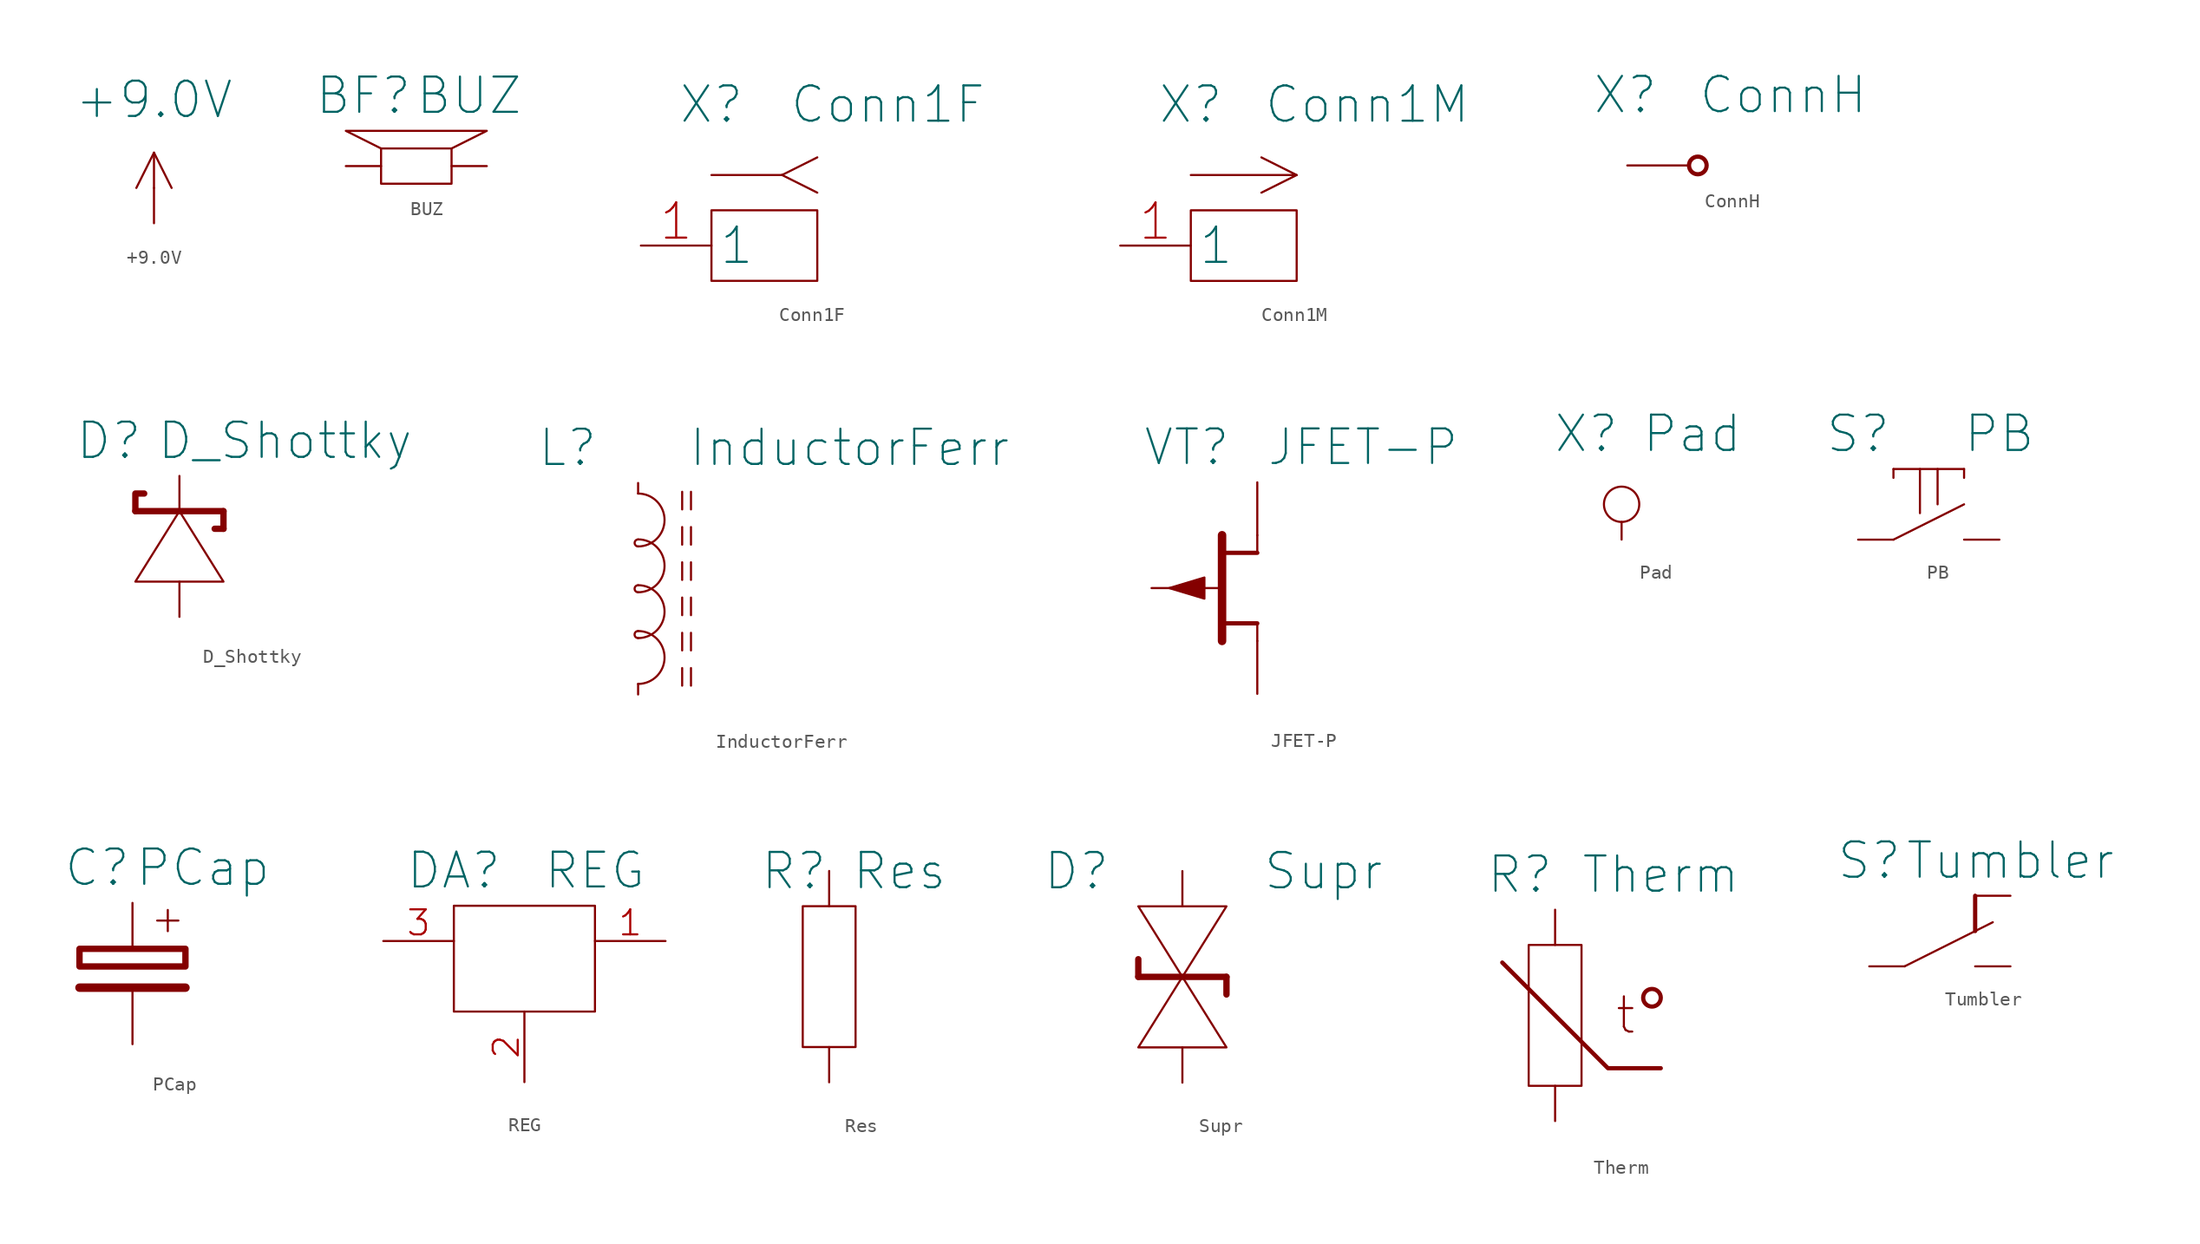
<source format=kicad_sym>
(kicad_symbol_lib
  (version 20211014)
  (generator kicad_symbol_editor)
  (symbol "+9.0V"
    (power)
    (pin_numbers hide)
    (pin_names
      (offset 0) hide)
    (property "Reference" "#PWR"
      (at 6.35 2.54 0)
      (effects (font (size 1.27 1.27)) hide))
    (property "Value" "+9.0V"
      (at 0 8.89 0)
      (effects (font (size 2.54 2.54))))
    (symbol "+9.0V_0_1"
      (polyline (pts (xy 0 2.54) (xy 0 5.08)) (stroke (width 0) (type default) (color 0 0 0 0)) (fill (type none)))
      (polyline (pts (xy -1.27 2.54) (xy 0 5.08) (xy 1.27 2.54)) (stroke (width 0) (type default) (color 0 0 0 0)) (fill (type none))))
    (symbol "+9.0V_1_1"
      (pin power_in line (at 0 0 90) (length 2.54) (name "+9.0V" (effects (font (size 1.905 1.905)))) (number "1" (effects (font (size 1.905 1.905)))))))
  (symbol "BUZ"
    (pin_numbers hide)
    (pin_names
      (offset 0.635) hide)
    (property "Reference" "BF"
      (at -3.81 5.08 0)
      (effects (font (size 2.54 2.54))))
    (property "Value" "BUZ"
      (at 3.81 5.08 0)
      (effects (font (size 2.54 2.54))))
    (symbol "BUZ_0_1"
      (rectangle (start -2.54 1.27) (end 2.54 -1.27) (stroke (width 0) (type default) (color 0 0 0 0)) (fill (type none)))
      (polyline (pts (xy -2.54 1.27) (xy -5.08 2.54) (xy 5.08 2.54) (xy 2.54 1.27)) (stroke (width 0) (type default) (color 0 0 0 0)) (fill (type none))))
    (symbol "BUZ_1_1"
      (pin passive line (at -5.08 0 0) (length 2.54) (name "~" (effects (font (size 1.905 1.905)))) (number "1" (effects (font (size 1.905 1.905)))))
      (pin passive line (at 5.08 0 180) (length 2.54) (name "~" (effects (font (size 1.905 1.905)))) (number "2" (effects (font (size 1.905 1.905)))))))
  (symbol "Conn1F"
    (property "Reference" "X"
      (at -2.54 17.78 0)
      (effects (font (size 2.54 2.54))))
    (property "Value" "Conn1F"
      (at 10.16 17.78 0)
      (effects (font (size 2.54 2.54))))
    (symbol "Conn1F_0_1"
      (rectangle (start -2.54 10.16) (end 5.08 5.08) (stroke (width 0) (type default) (color 0 0 0 0)) (fill (type none)))
      (polyline (pts (xy -2.54 12.7) (xy 2.54 12.7)) (stroke (width 0) (type default) (color 0 0 0 0)) (fill (type none)))
      (polyline (pts (xy 2.54 12.7) (xy 5.08 11.43)) (stroke (width 0) (type default) (color 0 0 0 0)) (fill (type none)))
      (polyline (pts (xy 5.08 13.97) (xy 2.54 12.7)) (stroke (width 0) (type default) (color 0 0 0 0)) (fill (type none))))
    (symbol "Conn1F_1_1"
      (pin passive line (at -7.62 7.62 0) (length 5.08) (name "1" (effects (font (size 2.54 2.54)))) (number "1" (effects (font (size 2.54 2.54)))))))
  (symbol "Conn1M"
    (property "Reference" "X"
      (at -2.54 17.78 0)
      (effects (font (size 2.54 2.54))))
    (property "Value" "Conn1M"
      (at 10.16 17.78 0)
      (effects (font (size 2.54 2.54))))
    (symbol "Conn1M_0_1"
      (rectangle (start -2.54 10.16) (end 5.08 5.08) (stroke (width 0) (type default) (color 0 0 0 0)) (fill (type none)))
      (polyline (pts (xy 5.08 12.7) (xy 2.54 11.43)) (stroke (width 0) (type default) (color 0 0 0 0)) (fill (type none)))
      (polyline (pts (xy -2.54 12.7) (xy 5.08 12.7) (xy 2.54 13.97)) (stroke (width 0) (type default) (color 0 0 0 0)) (fill (type none))))
    (symbol "Conn1M_1_1"
      (pin passive line (at -7.62 7.62 0) (length 5.08) (name "1" (effects (font (size 2.54 2.54)))) (number "1" (effects (font (size 2.54 2.54)))))))
  (symbol "ConnH"
    (pin_numbers hide)
    (pin_names hide)
    (property "Reference" "X"
      (at -7.62 5.08 0)
      (effects (font (size 2.54 2.54)) (justify left)))
    (property "Value" "ConnH"
      (at 0 5.08 0)
      (effects (font (size 2.54 2.54)) (justify left)))
    (symbol "ConnH_0_1"
      (circle (center 0 0) (radius 0.635) (stroke (width 0.305) (type default) (color 0 0 0 0)) (fill (type none))))
    (symbol "ConnH_1_1"
      (pin passive line (at -5.08 0 0) (length 4.445) (name "" (effects (font (size 2.54 2.54)))) (number "1" (effects (font (size 2.54 2.54)))))))
  (symbol "D_Shottky"
    (pin_numbers hide)
    (pin_names
      (offset 0) hide)
    (property "Reference" "D"
      (at -5.08 7.62 0)
      (effects (font (size 2.54 2.54))))
    (property "Value" "D_Shottky"
      (at 7.62 7.62 0)
      (effects (font (size 2.54 2.54))))
    (symbol "D_Shottky_0_1"
      (polyline (pts (xy -3.175 2.54) (xy 3.175 2.54)) (stroke (width 0.457) (type default) (color 0 0 0 0)) (fill (type none)))
      (polyline (pts (xy 3.175 1.27) (xy 2.54 1.27)) (stroke (width 0.457) (type default) (color 0 0 0 0)) (fill (type none)))
      (polyline (pts (xy 3.175 2.54) (xy 3.175 1.27)) (stroke (width 0.457) (type default) (color 0 0 0 0)) (fill (type none)))
      (polyline (pts (xy -3.175 2.54) (xy -3.175 3.81) (xy -2.54 3.81)) (stroke (width 0.457) (type default) (color 0 0 0 0)) (fill (type none)))
      (polyline (pts (xy -3.175 -2.54) (xy 3.175 -2.54) (xy 0 2.54) (xy -3.175 -2.54)) (stroke (width 0) (type default) (color 0 0 0 0)) (fill (type none))))
    (symbol "D_Shottky_1_1"
      (pin passive line (at 0 5.08 270) (length 2.54) (name "K" (effects (font (size 2.54 2.54)))) (number "1" (effects (font (size 2.54 2.54)))))
      (pin passive line (at 0 -5.08 90) (length 2.54) (name "A" (effects (font (size 2.54 2.54)))) (number "2" (effects (font (size 2.54 2.54)))))))
  (symbol "InductorFerr"
    (pin_numbers hide)
    (pin_names
      (offset 0) hide)
    (property "Reference" "L"
      (at -5.08 10.16 0)
      (effects (font (size 2.54 2.54))))
    (property "Value" "InductorFerr"
      (at 15.24 10.16 0)
      (effects (font (size 2.54 2.54))))
    (symbol "InductorFerr_0_1"
      (arc (start 0 -6.858) (mid 1.905 -4.953) (end 0 -3.048) (stroke (width 0) (type default) (color 0 0 0 0)) (fill (type none)))
      (arc (start 0 -3.556) (mid 1.905 -1.651) (end 0 0.254) (stroke (width 0) (type default) (color 0 0 0 0)) (fill (type none)))
      (arc (start 0 -3.048) (mid -0.254 -3.302) (end 0 -3.556) (stroke (width 0) (type default) (color 0 0 0 0)) (fill (type none)))
      (arc (start 0 -0.254) (mid 1.905 1.651) (end 0 3.556) (stroke (width 0) (type default) (color 0 0 0 0)) (fill (type none)))
      (polyline (pts (xy 3.175 -5.715) (xy 3.175 -6.985)) (stroke (width 0) (type default) (color 0 0 0 0)) (fill (type none)))
      (polyline (pts (xy 3.175 -3.175) (xy 3.175 -4.445)) (stroke (width 0) (type default) (color 0 0 0 0)) (fill (type none)))
      (polyline (pts (xy 3.175 -0.635) (xy 3.175 -1.905)) (stroke (width 0) (type default) (color 0 0 0 0)) (fill (type none)))
      (polyline (pts (xy 3.175 1.905) (xy 3.175 0.635)) (stroke (width 0) (type default) (color 0 0 0 0)) (fill (type none)))
      (polyline (pts (xy 3.175 4.445) (xy 3.175 3.175)) (stroke (width 0) (type default) (color 0 0 0 0)) (fill (type none)))
      (polyline (pts (xy 3.175 6.985) (xy 3.175 5.715)) (stroke (width 0) (type default) (color 0 0 0 0)) (fill (type none)))
      (polyline (pts (xy 3.81 -5.715) (xy 3.81 -6.985)) (stroke (width 0) (type default) (color 0 0 0 0)) (fill (type none)))
      (polyline (pts (xy 3.81 -3.175) (xy 3.81 -4.445)) (stroke (width 0) (type default) (color 0 0 0 0)) (fill (type none)))
      (polyline (pts (xy 3.81 -0.635) (xy 3.81 -1.905)) (stroke (width 0) (type default) (color 0 0 0 0)) (fill (type none)))
      (polyline (pts (xy 3.81 1.905) (xy 3.81 0.635)) (stroke (width 0) (type default) (color 0 0 0 0)) (fill (type none)))
      (polyline (pts (xy 3.81 4.445) (xy 3.81 3.175)) (stroke (width 0) (type default) (color 0 0 0 0)) (fill (type none)))
      (polyline (pts (xy 3.81 6.985) (xy 3.81 5.715)) (stroke (width 0) (type default) (color 0 0 0 0)) (fill (type none)))
      (arc (start 0 0.254) (mid -0.254 0) (end 0 -0.254) (stroke (width 0) (type default) (color 0 0 0 0)) (fill (type none)))
      (arc (start 0 3.048) (mid 1.905 4.953) (end 0 6.858) (stroke (width 0) (type default) (color 0 0 0 0)) (fill (type none)))
      (arc (start 0 3.556) (mid -0.254 3.302) (end 0 3.048) (stroke (width 0) (type default) (color 0 0 0 0)) (fill (type none))))
    (symbol "InductorFerr_1_1"
      (pin passive line (at 0 7.62 270) (length 0.762) (name "~" (effects (font (size 2.54 2.54)))) (number "1" (effects (font (size 2.54 2.54)))))
      (pin passive line (at 0 -7.62 90) (length 0.762) (name "~" (effects (font (size 2.54 2.54)))) (number "2" (effects (font (size 2.54 2.54)))))))
  (symbol "JFET-P"
    (pin_numbers hide)
    (pin_names
      (offset 0) hide)
    (property "Reference" "VT"
      (at -5.08 10.16 0)
      (effects (font (size 2.489 2.489))))
    (property "Value" "JFET-P"
      (at 7.62 10.16 0)
      (effects (font (size 2.489 2.489))))
    (symbol "JFET-P_0_0"
      (polyline (pts (xy -2.54 3.81) (xy -2.54 -3.81)) (stroke (width 0.61) (type default) (color 0 0 0 0)) (fill (type none)))
      (polyline (pts (xy 0 -2.54) (xy -2.54 -2.54)) (stroke (width 0.305) (type default) (color 0 0 0 0)) (fill (type none)))
      (polyline (pts (xy 0 2.54) (xy -2.54 2.54)) (stroke (width 0.305) (type default) (color 0 0 0 0)) (fill (type none)))
      (polyline (pts (xy -6.35 0) (xy -3.81 0.762) (xy -3.81 -0.762) (xy -6.35 0)) (stroke (width 0) (type default) (color 0 0 0 0)) (fill (type outline))))
    (symbol "JFET-P_0_1"
      (polyline (pts (xy -3.81 0) (xy -2.54 0)) (stroke (width 0) (type default) (color 0 0 0 0)) (fill (type none)))
      (polyline (pts (xy 0 -3.81) (xy 0 -2.54)) (stroke (width 0) (type default) (color 0 0 0 0)) (fill (type none)))
      (polyline (pts (xy 0 3.81) (xy 0 2.54)) (stroke (width 0) (type default) (color 0 0 0 0)) (fill (type none))))
    (symbol "JFET-P_1_1"
      (pin passive line (at 0 7.62 270) (length 3.81) (name "d" (effects (font (size 1.905 1.905)))) (number "1" (effects (font (size 2.489 2.489)))))
      (pin passive line (at 0 -7.62 90) (length 3.81) (name "s" (effects (font (size 1.905 1.905)))) (number "2" (effects (font (size 2.489 2.489)))))
      (pin passive line (at -7.62 0 0) (length 3.81) (name "g" (effects (font (size 1.905 1.905)))) (number "3" (effects (font (size 2.489 2.489)))))))
  (symbol "Pad"
    (pin_numbers hide)
    (pin_names
      (offset 0) hide)
    (property "Reference" "X"
      (at -2.54 5.08 0)
      (effects (font (size 2.54 2.54))))
    (property "Value" "Pad"
      (at 5.08 5.08 0)
      (effects (font (size 2.54 2.54))))
    (symbol "Pad_0_1"
      (circle (center 0 0) (radius 1.27) (stroke (width 0) (type default) (color 0 0 0 0)) (fill (type none))))
    (symbol "Pad_1_1"
      (pin passive line (at 0 -2.54 90) (length 1.27) (name "~" (effects (font (size 2.54 2.54)))) (number "1" (effects (font (size 2.54 2.54)))))))
  (symbol "PB"
    (pin_numbers hide)
    (pin_names
      (offset 0) hide)
    (property "Reference" "S"
      (at -5.08 7.62 0)
      (effects (font (size 2.54 2.54))))
    (property "Value" "PB"
      (at 5.08 7.62 0)
      (effects (font (size 2.54 2.54))))
    (symbol "PB_0_1"
      (polyline (pts (xy -2.54 0) (xy 2.54 2.54)) (stroke (width 0) (type default) (color 0 0 0 0)) (fill (type none)))
      (polyline (pts (xy -2.54 5.08) (xy -2.54 4.445)) (stroke (width 0) (type default) (color 0 0 0 0)) (fill (type none)))
      (polyline (pts (xy -2.54 5.08) (xy 2.54 5.08)) (stroke (width 0) (type default) (color 0 0 0 0)) (fill (type none)))
      (polyline (pts (xy -0.635 1.905) (xy -0.635 5.08)) (stroke (width 0) (type default) (color 0 0 0 0)) (fill (type none)))
      (polyline (pts (xy 0.635 5.08) (xy 0.635 2.54)) (stroke (width 0) (type default) (color 0 0 0 0)) (fill (type none)))
      (polyline (pts (xy 2.54 5.08) (xy 2.54 4.445)) (stroke (width 0) (type default) (color 0 0 0 0)) (fill (type none))))
    (symbol "PB_1_1"
      (pin passive line (at -5.08 0 0) (length 2.54) (name "~" (effects (font (size 2.54 2.54)))) (number "1" (effects (font (size 2.54 2.54)))))
      (pin passive line (at 5.08 0 180) (length 2.54) (name "~" (effects (font (size 2.54 2.54)))) (number "2" (effects (font (size 2.54 2.54)))))))
  (symbol "PCap"
    (pin_numbers hide)
    (pin_names
      (offset 0) hide)
    (property "Reference" "C"
      (at -2.54 7.62 0)
      (effects (font (size 2.54 2.54))))
    (property "Value" "PCap"
      (at 5.08 7.62 0)
      (effects (font (size 2.54 2.54))))
    (symbol "PCap_0_1"
      (rectangle (start -3.81 1.778) (end 3.81 0.508) (stroke (width 0.457) (type default) (color 0 0 0 0)) (fill (type none)))
      (polyline (pts (xy -3.81 -1.016) (xy 3.81 -1.016)) (stroke (width 0.61) (type default) (color 0 0 0 0)) (fill (type none)))
      (polyline (pts (xy 1.778 3.81) (xy 3.302 3.81)) (stroke (width 0) (type default) (color 0 0 0 0)) (fill (type none)))
      (polyline (pts (xy 2.54 4.572) (xy 2.54 3.048)) (stroke (width 0) (type default) (color 0 0 0 0)) (fill (type none))))
    (symbol "PCap_1_1"
      (pin passive line (at 0 5.08 270) (length 3.302) (name "~" (effects (font (size 2.54 2.54)))) (number "1" (effects (font (size 2.54 2.54)))))
      (pin passive line (at 0 -5.08 90) (length 4.064) (name "~" (effects (font (size 2.54 2.54)))) (number "2" (effects (font (size 2.54 2.54)))))))
  (symbol "REG"
    (property "Reference" "DA"
      (at -5.08 5.08 0)
      (effects (font (size 2.5 2.5))))
    (property "Value" "REG"
      (at 5.08 5.08 0)
      (effects (font (size 2.5 2.5))))
    (symbol "REG_0_1"
      (rectangle (start -5.08 2.54) (end 5.08 -5.08) (stroke (width 0) (type default) (color 0 0 0 0)) (fill (type none))))
    (symbol "REG_1_1"
      (pin passive line (at 10.16 0 180) (length 5.08) (name "" (effects (font (size 2.54 2.54)))) (number "1" (effects (font (size 1.8 1.8)))))
      (pin power_out line (at 0 -10.16 90) (length 5.08) (name "" (effects (font (size 2.54 2.54)))) (number "2" (effects (font (size 1.8 1.8)))))
      (pin power_out line (at -10.16 0 0) (length 5.08) (name "" (effects (font (size 2.54 2.54)))) (number "3" (effects (font (size 1.8 1.8)))))))
  (symbol "Res"
    (pin_numbers hide)
    (pin_names
      (offset 0) hide)
    (property "Reference" "R"
      (at -2.54 7.62 0)
      (effects (font (size 2.54 2.54))))
    (property "Value" "Res"
      (at 5.08 7.62 0)
      (effects (font (size 2.54 2.54))))
    (symbol "Res_0_1"
      (rectangle (start -1.905 5.08) (end 1.905 -5.08) (stroke (width 0) (type default) (color 0 0 0 0)) (fill (type none))))
    (symbol "Res_1_1"
      (pin passive line (at 0 7.62 270) (length 2.54) (name "~" (effects (font (size 2.54 2.54)))) (number "1" (effects (font (size 2.54 2.54)))))
      (pin passive line (at 0 -7.62 90) (length 2.54) (name "~" (effects (font (size 2.54 2.54)))) (number "2" (effects (font (size 2.54 2.54)))))))
  (symbol "Supr"
    (pin_numbers hide)
    (pin_names
      (offset 0) hide)
    (property "Reference" "D"
      (at -7.62 10.16 0)
      (effects (font (size 2.54 2.54))))
    (property "Value" "Supr"
      (at 10.16 10.16 0)
      (effects (font (size 2.54 2.54))))
    (symbol "Supr_0_1"
      (polyline (pts (xy -3.175 2.54) (xy -3.175 3.81)) (stroke (width 0.457) (type default) (color 0 0 0 0)) (fill (type none)))
      (polyline (pts (xy -3.175 2.54) (xy 3.175 2.54)) (stroke (width 0.457) (type default) (color 0 0 0 0)) (fill (type none)))
      (polyline (pts (xy 3.175 2.54) (xy 3.175 1.27)) (stroke (width 0.457) (type default) (color 0 0 0 0)) (fill (type none)))
      (polyline (pts (xy -3.175 -2.54) (xy 3.175 -2.54) (xy 0 2.54) (xy -3.175 -2.54)) (stroke (width 0) (type default) (color 0 0 0 0)) (fill (type none)))
      (polyline (pts (xy -3.175 7.62) (xy 3.175 7.62) (xy 0 2.54) (xy -3.175 7.62)) (stroke (width 0) (type default) (color 0 0 0 0)) (fill (type none))))
    (symbol "Supr_1_1"
      (pin passive line (at 0 10.16 270) (length 2.54) (name "K" (effects (font (size 2.54 2.54)))) (number "1" (effects (font (size 2.54 2.54)))))
      (pin passive line (at 0 -5.08 90) (length 2.54) (name "A" (effects (font (size 2.54 2.54)))) (number "2" (effects (font (size 2.54 2.54)))))))
  (symbol "Therm"
    (pin_numbers hide)
    (pin_names
      (offset 0) hide)
    (property "Reference" "R"
      (at -2.54 10.16 0)
      (effects (font (size 2.54 2.54))))
    (property "Value" "Therm"
      (at 7.62 10.16 0)
      (effects (font (size 2.54 2.54))))
    (symbol "Therm_0_0"
      (circle (center 6.985 1.27) (radius 0.635) (stroke (width 0.305) (type default) (color 0 0 0 0)) (fill (type none)))
      (text "t" (at 5.08 0 0) (effects (font (size 2.54 2.54)))))
    (symbol "Therm_0_1"
      (rectangle (start -1.905 5.08) (end 1.905 -5.08) (stroke (width 0) (type default) (color 0 0 0 0)) (fill (type none)))
      (polyline (pts (xy -3.81 3.81) (xy 3.81 -3.81) (xy 7.62 -3.81)) (stroke (width 0.305) (type default) (color 0 0 0 0)) (fill (type none))))
    (symbol "Therm_1_1"
      (pin passive line (at 0 7.62 270) (length 2.54) (name "~" (effects (font (size 2.54 2.54)))) (number "1" (effects (font (size 2.54 2.54)))))
      (pin passive line (at 0 -7.62 90) (length 2.54) (name "~" (effects (font (size 2.54 2.54)))) (number "2" (effects (font (size 2.54 2.54)))))))
  (symbol "Tumbler"
    (pin_numbers hide)
    (pin_names
      (offset 0) hide)
    (property "Reference" "S"
      (at -5.08 7.62 0)
      (effects (font (size 2.54 2.54))))
    (property "Value" "Tumbler"
      (at 5.08 7.62 0)
      (effects (font (size 2.54 2.54))))
    (symbol "Tumbler_0_1"
      (polyline (pts (xy -2.54 0) (xy 3.81 3.175)) (stroke (width 0) (type default) (color 0 0 0 0)) (fill (type none)))
      (polyline (pts (xy 2.54 5.08) (xy 2.54 2.54)) (stroke (width 0.305) (type default) (color 0 0 0 0)) (fill (type none))))
    (symbol "Tumbler_1_1"
      (pin passive line (at -5.08 0 0) (length 2.54) (name "~" (effects (font (size 2.54 2.54)))) (number "1" (effects (font (size 2.54 2.54)))))
      (pin passive line (at 5.08 0 180) (length 2.54) (name "~" (effects (font (size 2.54 2.54)))) (number "2" (effects (font (size 2.54 2.54)))))
      (pin passive line (at 5.08 5.08 180) (length 2.54) (name "~" (effects (font (size 2.54 2.54)))) (number "3" (effects (font (size 2.54 2.54))))))))
</source>
